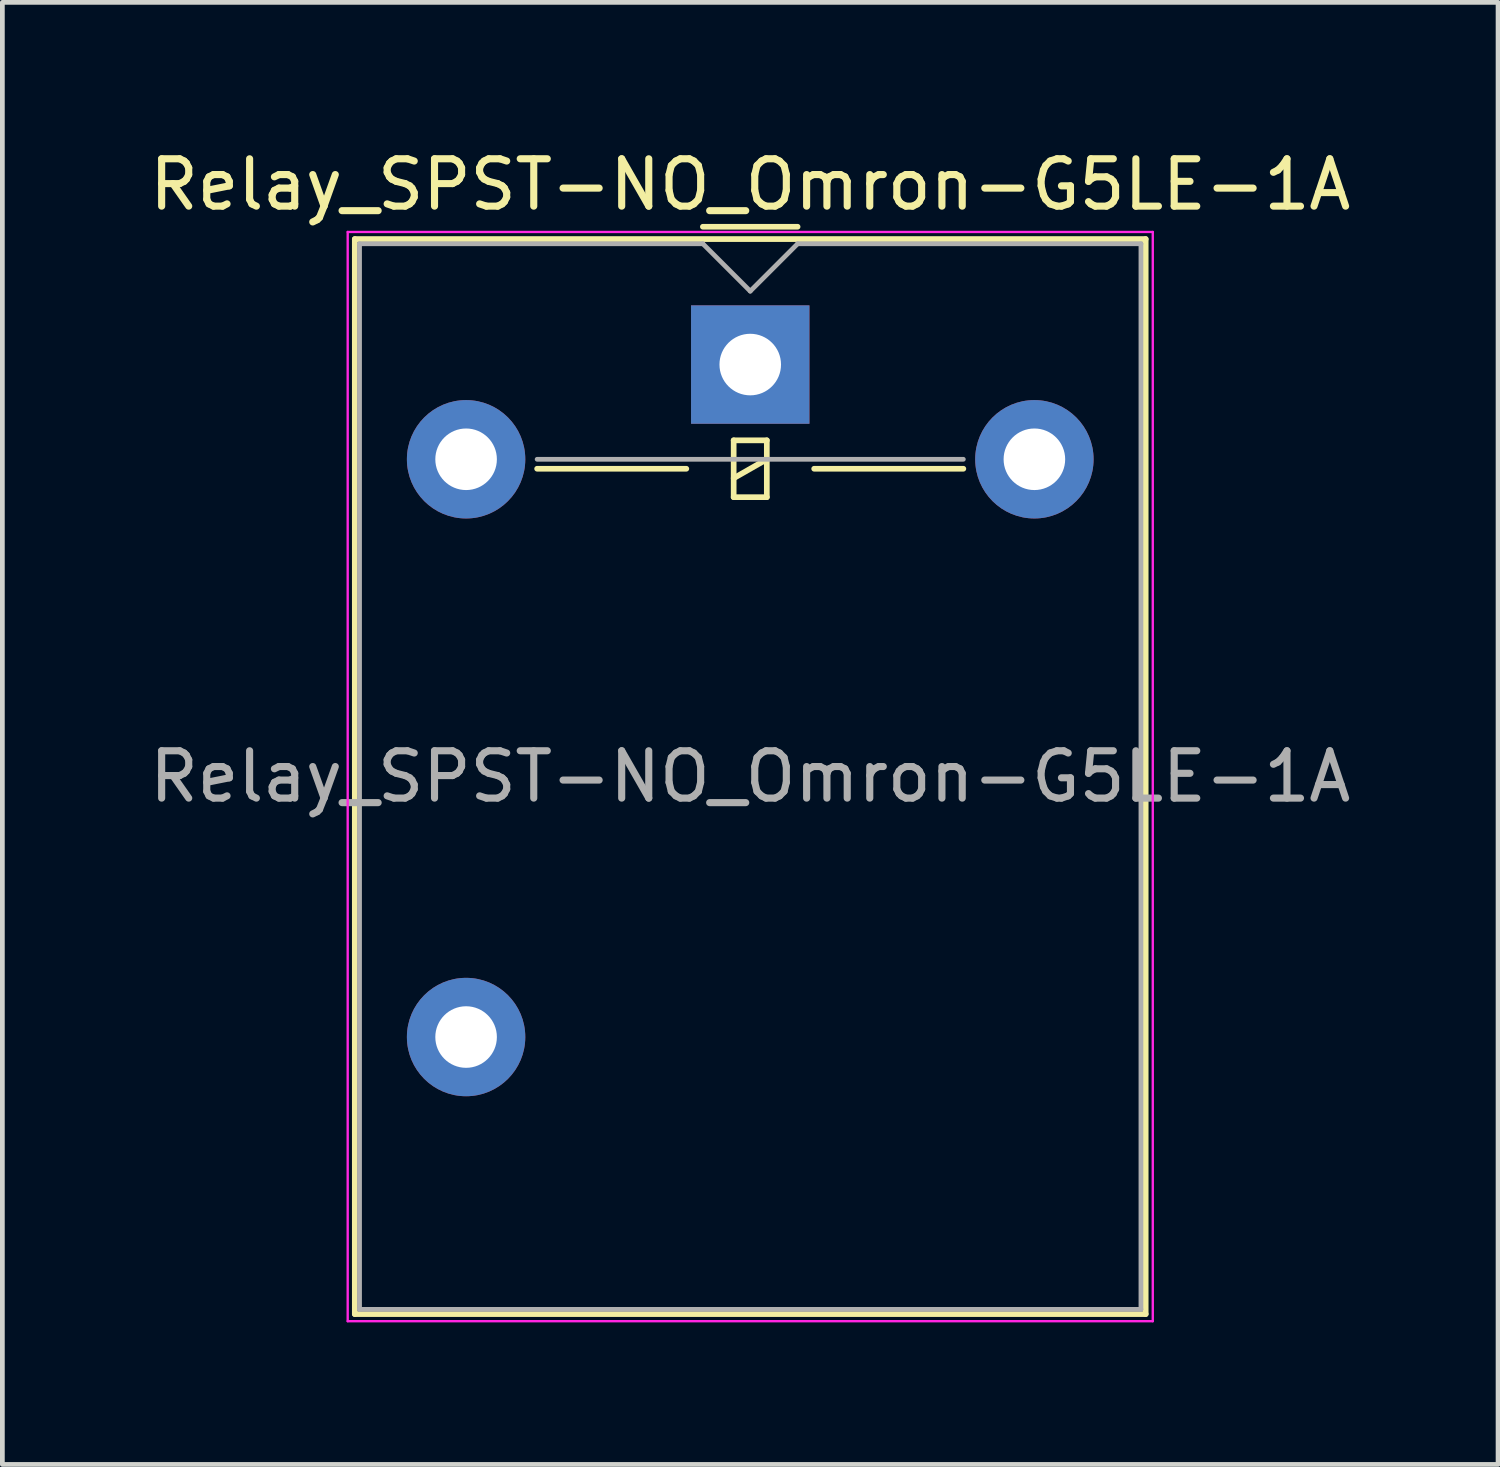
<source format=kicad_pcb>
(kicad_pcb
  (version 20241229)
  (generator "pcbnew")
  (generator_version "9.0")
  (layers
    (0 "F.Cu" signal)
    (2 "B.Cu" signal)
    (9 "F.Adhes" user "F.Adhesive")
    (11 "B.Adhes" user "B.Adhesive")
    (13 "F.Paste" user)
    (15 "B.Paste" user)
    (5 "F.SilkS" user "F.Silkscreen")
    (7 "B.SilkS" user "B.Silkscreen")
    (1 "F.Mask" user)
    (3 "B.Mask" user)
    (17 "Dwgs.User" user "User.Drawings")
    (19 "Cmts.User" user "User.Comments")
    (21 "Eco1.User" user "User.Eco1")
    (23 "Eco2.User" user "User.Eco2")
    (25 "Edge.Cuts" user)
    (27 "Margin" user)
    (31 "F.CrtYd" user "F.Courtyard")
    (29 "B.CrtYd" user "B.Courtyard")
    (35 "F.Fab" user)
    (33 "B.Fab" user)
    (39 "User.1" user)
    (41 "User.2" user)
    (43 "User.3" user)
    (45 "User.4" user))
  (footprint "Relay_SPST-NO_Omron-G5LE-1A"
    (layer "F.Cu")
    (at 12.792 4.648)
    (property "Reference" "Relay_SPST-NO_Omron-G5LE-1A" (at 0 -3.8 0) (layer "F.SilkS") (effects (font (size 1 1) (thickness 0.15))))
    (attr through_hole)
    (fp_line (start -8.35 -2.65) (end -8.35 20.05) (stroke (width 0.12) (type solid)) (layer "F.SilkS"))
    (fp_line (start -8.35 20.05) (end 8.35 20.05) (stroke (width 0.12) (type solid)) (layer "F.SilkS"))
    (fp_line (start -4.5 2.2) (end -1.35 2.2) (stroke (width 0.12) (type solid)) (layer "F.SilkS"))
    (fp_line (start -1 -2.91) (end 1 -2.91) (stroke (width 0.12) (type solid)) (layer "F.SilkS"))
    (fp_line (start -0.35 1.6) (end -0.35 2.8) (stroke (width 0.12) (type solid)) (layer "F.SilkS"))
    (fp_line (start -0.35 2.4) (end 0.35 2) (stroke (width 0.12) (type solid)) (layer "F.SilkS"))
    (fp_line (start -0.35 2.8) (end 0.35 2.8) (stroke (width 0.12) (type solid)) (layer "F.SilkS"))
    (fp_line (start 0.35 1.6) (end -0.35 1.6) (stroke (width 0.12) (type solid)) (layer "F.SilkS"))
    (fp_line (start 0.35 2.8) (end 0.35 1.6) (stroke (width 0.12) (type solid)) (layer "F.SilkS"))
    (fp_line (start 1.35 2.2) (end 4.5 2.2) (stroke (width 0.12) (type solid)) (layer "F.SilkS"))
    (fp_line (start 8.35 -2.65) (end -8.35 -2.65) (stroke (width 0.12) (type solid)) (layer "F.SilkS"))
    (fp_line (start 8.35 20.05) (end 8.35 -2.65) (stroke (width 0.12) (type solid)) (layer "F.SilkS"))
    (fp_line (start -8.5 -2.8) (end -8.5 20.2) (stroke (width 0.05) (type solid)) (layer "F.CrtYd"))
    (fp_line (start -8.5 20.2) (end 8.5 20.2) (stroke (width 0.05) (type solid)) (layer "F.CrtYd"))
    (fp_line (start 8.5 -2.8) (end -8.5 -2.8) (stroke (width 0.05) (type solid)) (layer "F.CrtYd"))
    (fp_line (start 8.5 20.2) (end 8.5 -2.8) (stroke (width 0.05) (type solid)) (layer "F.CrtYd"))
    (fp_line (start -8.25 -2.55) (end -1 -2.55) (stroke (width 0.1) (type solid)) (layer "F.Fab"))
    (fp_line (start -8.25 19.95) (end -8.25 -2.55) (stroke (width 0.1) (type solid)) (layer "F.Fab"))
    (fp_line (start -4.5 2) (end 4.5 2) (stroke (width 0.1) (type solid)) (layer "F.Fab"))
    (fp_line (start -1 -2.55) (end 0 -1.55) (stroke (width 0.1) (type solid)) (layer "F.Fab"))
    (fp_line (start 0 -1.55) (end 1 -2.55) (stroke (width 0.1) (type solid)) (layer "F.Fab"))
    (fp_line (start 1 -2.55) (end 8.25 -2.55) (stroke (width 0.1) (type solid)) (layer "F.Fab"))
    (fp_line (start 8.25 -2.55) (end 8.25 19.95) (stroke (width 0.1) (type solid)) (layer "F.Fab"))
    (fp_line (start 8.25 19.95) (end -8.25 19.95) (stroke (width 0.1) (type solid)) (layer "F.Fab"))
    (fp_text user "${REFERENCE}" (at 0 8.7 0) (layer "F.Fab") (effects (font (size 1 1) (thickness 0.15))))
    (pad "1" thru_hole rect (at 0 0) (size 2.5 2.5) (drill 1.3) (layers "*.Cu" "*.Mask"))
    (pad "2" thru_hole oval (at -6 2) (size 2.5 2.5) (drill 1.3) (layers "*.Cu" "*.Mask"))
    (pad "3" thru_hole oval (at -6 14.2) (size 2.5 2.5) (drill 1.3) (layers "*.Cu" "*.Mask"))
    (pad "4" thru_hole oval (at 6 2) (size 2.5 2.5) (drill 1.3) (layers "*.Cu" "*.Mask")))
  (gr_rect
    (start -3 -3)
    (end 28.583 27.873)
    (stroke (width 0.1) (type default))
    (fill no)
    (layer "Edge.Cuts")))
</source>
